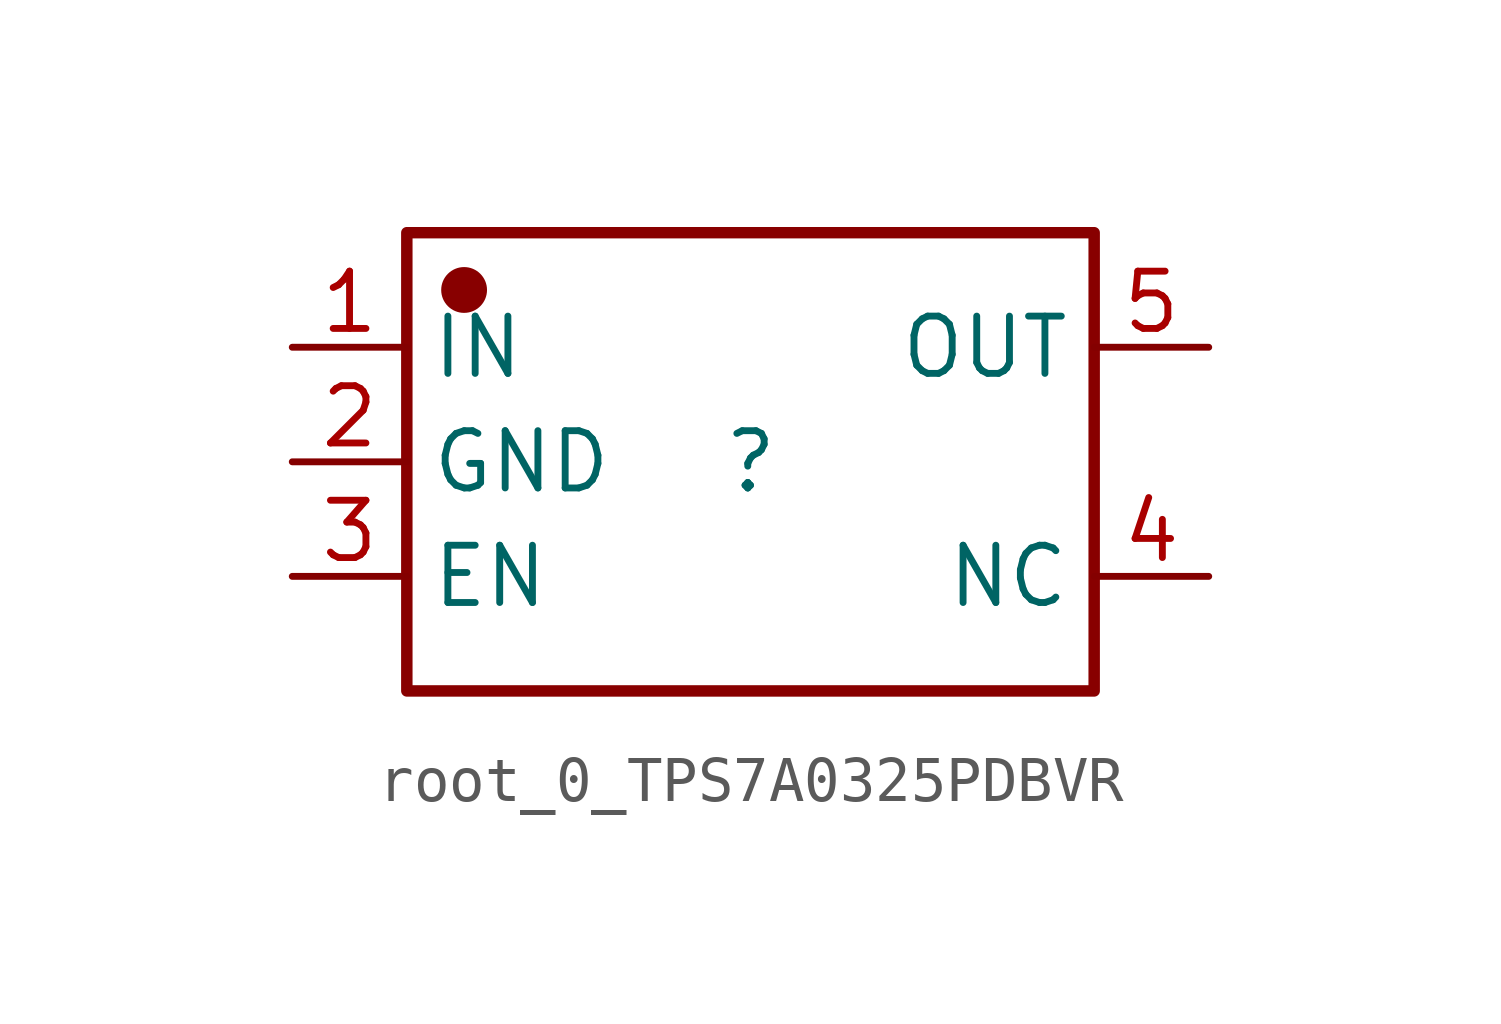
<source format=kicad_sym>
(kicad_symbol_lib
  (version 20231120)
  (generator "kicad_symbol_editor")
  (generator_version "8.0")
  (symbol "root_0_TPS7A0325PDBVR"
    (property "Reference" ""
      (at 0 0 0)
      (effects (font (size 1.27 1.27))))
    (property "Value" ""
      (at 0 0 0)
      (effects (font (size 1.27 1.27))))
    (symbol "root_0_TPS7A0325PDBVR_1_0"
      (rectangle (start -7.62 5.08) (end 7.62 -5.08) (stroke (width 0.254) (type solid) (color 136 0 0 1)) (fill (type none)))
      (circle (center -6.35 3.81) (radius 0.381) (stroke (width 0.254) (type solid) (color 136 0 0 1)) (fill (type outline)))
      (pin passive line (at -10.16 2.54 0) (length 2.54) (name "IN" (effects (font (size 1.27 1.27)))) (number "1" (effects (font (size 1.27 1.27)))))
      (pin passive line (at -10.16 0 0) (length 2.54) (name "GND" (effects (font (size 1.27 1.27)))) (number "2" (effects (font (size 1.27 1.27)))))
      (pin passive line (at -10.16 -2.54 0) (length 2.54) (name "EN" (effects (font (size 1.27 1.27)))) (number "3" (effects (font (size 1.27 1.27)))))
      (pin passive line (at 10.16 -2.54 180) (length 2.54) (name "NC" (effects (font (size 1.27 1.27)))) (number "4" (effects (font (size 1.27 1.27)))))
      (pin passive line (at 10.16 2.54 180) (length 2.54) (name "OUT" (effects (font (size 1.27 1.27)))) (number "5" (effects (font (size 1.27 1.27))))))))
</source>
